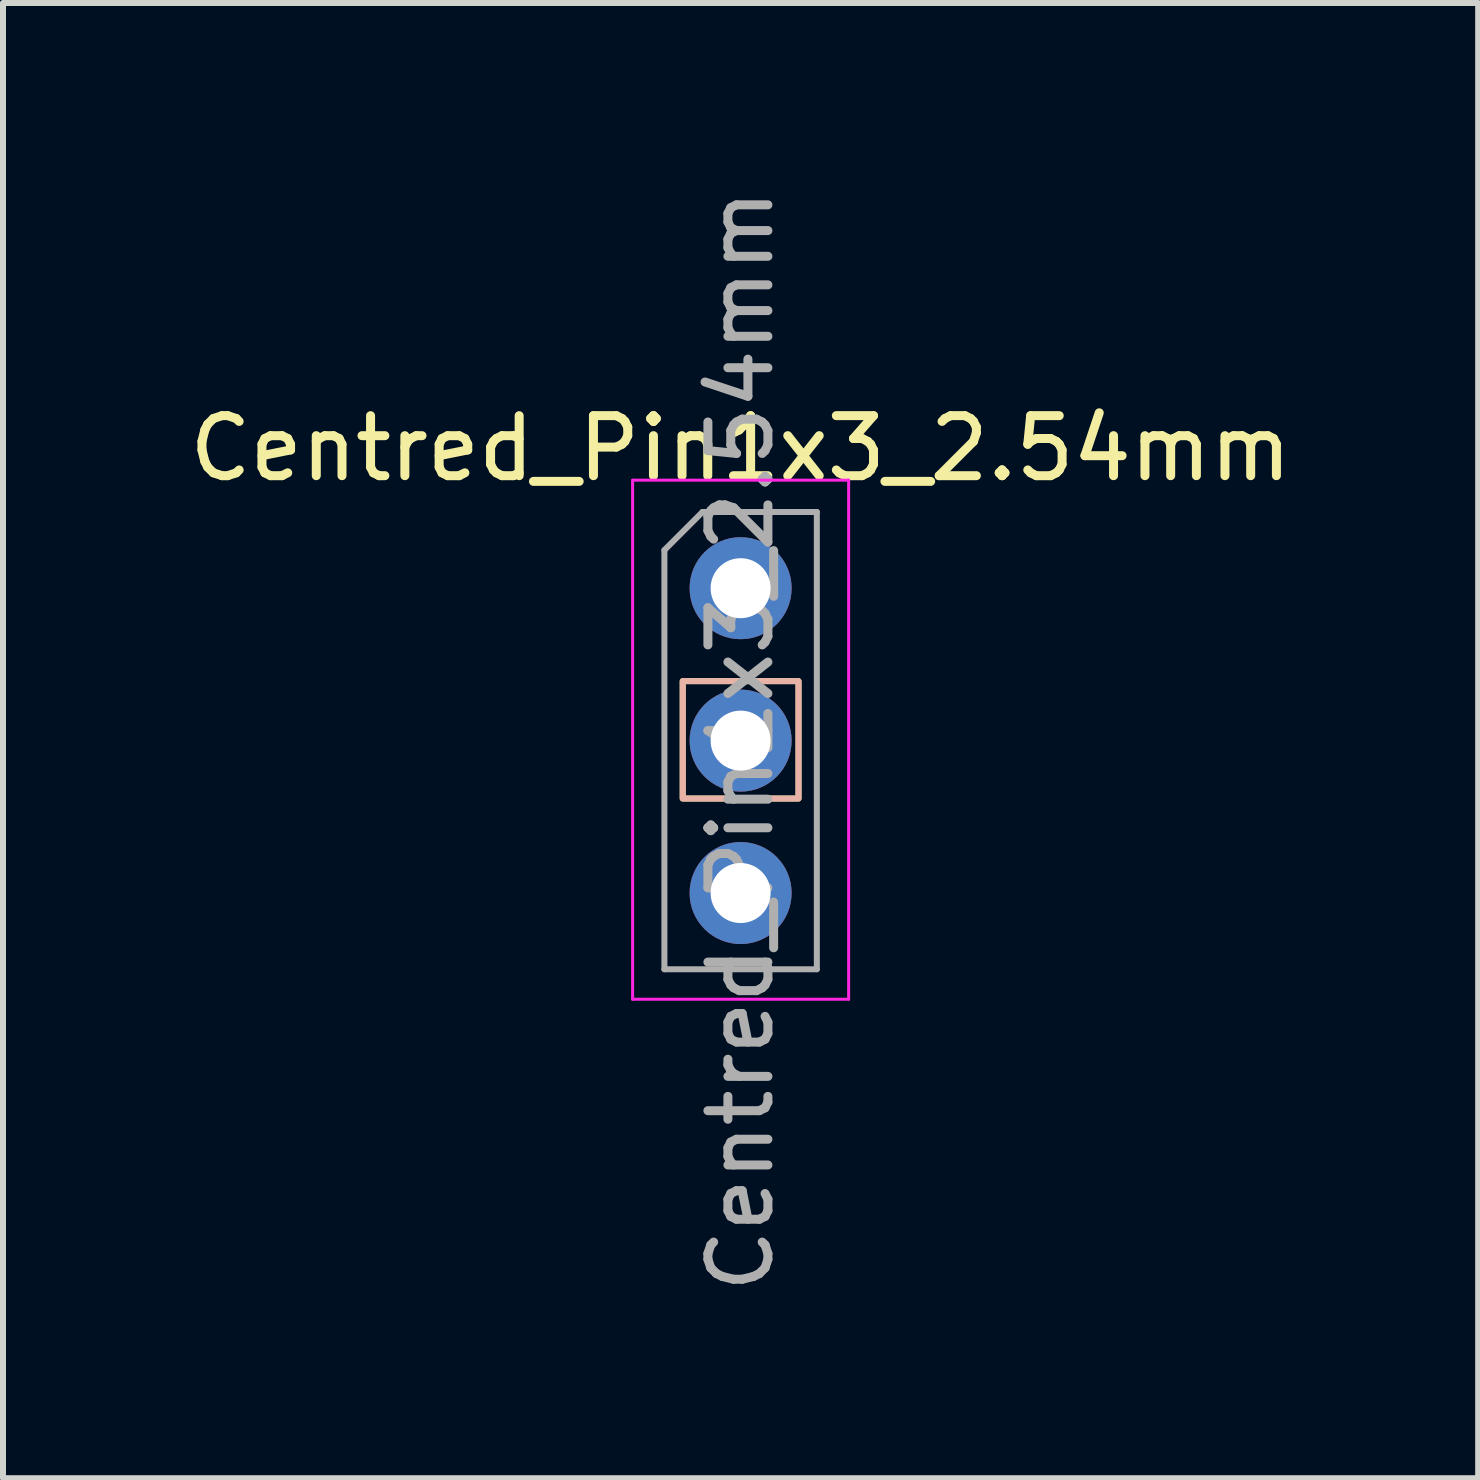
<source format=kicad_pcb>
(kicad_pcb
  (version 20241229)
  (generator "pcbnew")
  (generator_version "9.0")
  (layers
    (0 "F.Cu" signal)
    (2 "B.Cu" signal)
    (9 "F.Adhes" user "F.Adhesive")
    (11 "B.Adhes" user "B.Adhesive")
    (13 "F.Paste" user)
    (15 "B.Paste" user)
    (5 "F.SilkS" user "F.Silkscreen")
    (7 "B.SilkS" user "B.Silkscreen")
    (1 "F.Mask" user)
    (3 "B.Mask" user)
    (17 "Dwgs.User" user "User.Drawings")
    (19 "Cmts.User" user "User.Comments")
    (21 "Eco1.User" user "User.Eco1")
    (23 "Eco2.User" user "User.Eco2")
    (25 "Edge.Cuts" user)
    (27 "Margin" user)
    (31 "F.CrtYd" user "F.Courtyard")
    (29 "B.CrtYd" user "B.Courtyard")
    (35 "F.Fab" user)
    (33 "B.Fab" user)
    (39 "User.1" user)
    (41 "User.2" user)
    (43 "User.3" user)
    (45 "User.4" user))
  (footprint "Centred_Pin1x3_2.54mm"
    (layer "F.Cu")
    (at 9.292 6.752)
    (property "Reference" "Centred_Pin1x3_2.54mm" (at 0 -2.33 0) (layer "F.SilkS") (effects (font (size 1 1) (thickness 0.15))))
    (attr through_hole)
    (fp_rect (start -0.965 1.549) (end 0.965 3.505) (stroke (width 0.1) (type default)) (fill no) (layer "F.SilkS"))
    (fp_rect (start -0.965 1.549) (end 0.965 3.505) (stroke (width 0.1) (type default)) (fill no) (layer "B.SilkS"))
    (fp_line (start -1.8 -1.8) (end -1.8 6.85) (stroke (width 0.05) (type solid)) (layer "F.CrtYd"))
    (fp_line (start -1.8 6.85) (end 1.8 6.85) (stroke (width 0.05) (type solid)) (layer "F.CrtYd"))
    (fp_line (start 1.8 -1.8) (end -1.8 -1.8) (stroke (width 0.05) (type solid)) (layer "F.CrtYd"))
    (fp_line (start 1.8 6.85) (end 1.8 -1.8) (stroke (width 0.05) (type solid)) (layer "F.CrtYd"))
    (fp_line (start -1.27 -0.635) (end -0.635 -1.27) (stroke (width 0.1) (type solid)) (layer "F.Fab"))
    (fp_line (start -1.27 6.35) (end -1.27 -0.635) (stroke (width 0.1) (type solid)) (layer "F.Fab"))
    (fp_line (start -0.635 -1.27) (end 1.27 -1.27) (stroke (width 0.1) (type solid)) (layer "F.Fab"))
    (fp_line (start 1.27 -1.27) (end 1.27 6.35) (stroke (width 0.1) (type solid)) (layer "F.Fab"))
    (fp_line (start 1.27 6.35) (end -1.27 6.35) (stroke (width 0.1) (type solid)) (layer "F.Fab"))
    (fp_text user "${REFERENCE}" (at 0 2.54 90) (layer "F.Fab") (effects (font (size 1 1) (thickness 0.15))))
    (pad "1" thru_hole oval (at 0 0) (size 1.7 1.7) (drill 1) (layers "*.Cu" "*.Mask"))
    (pad "2" thru_hole oval (at 0 2.54) (size 1.7 1.7) (drill 1) (layers "*.Cu" "*.Mask"))
    (pad "3" thru_hole oval (at 0 5.08) (size 1.7 1.7) (drill 1) (layers "*.Cu" "*.Mask")))
  (gr_rect
    (start -3 -3)
    (end 21.583 21.583)
    (stroke (width 0.1) (type default))
    (fill no)
    (layer "Edge.Cuts")))
</source>
